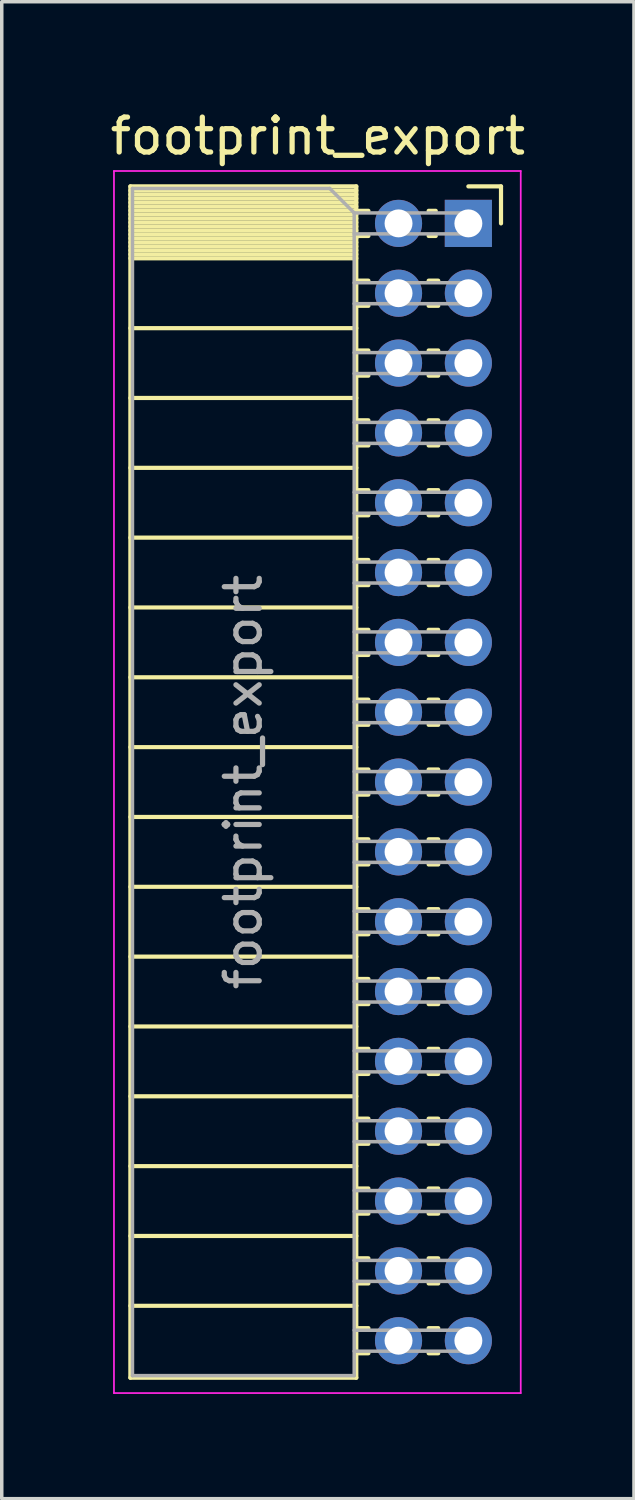
<source format=kicad_pcb>
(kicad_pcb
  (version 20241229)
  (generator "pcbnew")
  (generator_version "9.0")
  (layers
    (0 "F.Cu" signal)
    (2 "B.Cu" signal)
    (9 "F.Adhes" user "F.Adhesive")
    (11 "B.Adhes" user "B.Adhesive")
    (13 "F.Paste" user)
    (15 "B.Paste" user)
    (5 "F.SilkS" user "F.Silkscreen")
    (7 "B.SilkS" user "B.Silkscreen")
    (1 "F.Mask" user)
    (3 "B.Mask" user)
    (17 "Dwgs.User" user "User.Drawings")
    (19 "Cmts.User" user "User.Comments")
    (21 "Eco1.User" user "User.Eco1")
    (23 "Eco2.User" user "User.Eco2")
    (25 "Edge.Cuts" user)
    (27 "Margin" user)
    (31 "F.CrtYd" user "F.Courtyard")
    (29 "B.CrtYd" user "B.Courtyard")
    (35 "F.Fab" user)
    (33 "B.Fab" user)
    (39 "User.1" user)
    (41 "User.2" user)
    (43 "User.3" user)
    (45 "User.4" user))
  (footprint "footprint_export"
    (layer "F.Cu")
    (at 10.364 3.348)
    (property "Reference" "footprint_export" (at -4.31 -2.5 0) (layer "F.SilkS") (effects (font (size 1 1) (thickness 0.15))))
    (attr through_hole)
    (fp_line (start -9.68 -1.06) (end -9.68 33.06) (stroke (width 0.12) (type solid)) (layer "F.SilkS"))
    (fp_line (start -9.68 -1.06) (end -3.21 -1.06) (stroke (width 0.12) (type solid)) (layer "F.SilkS"))
    (fp_line (start -9.68 -0.94) (end -3.21 -0.94) (stroke (width 0.12) (type solid)) (layer "F.SilkS"))
    (fp_line (start -9.68 -0.826) (end -3.21 -0.826) (stroke (width 0.12) (type solid)) (layer "F.SilkS"))
    (fp_line (start -9.68 -0.712) (end -3.21 -0.712) (stroke (width 0.12) (type solid)) (layer "F.SilkS"))
    (fp_line (start -9.68 -0.598) (end -3.21 -0.598) (stroke (width 0.12) (type solid)) (layer "F.SilkS"))
    (fp_line (start -9.68 -0.484) (end -3.21 -0.484) (stroke (width 0.12) (type solid)) (layer "F.SilkS"))
    (fp_line (start -9.68 -0.369) (end -3.21 -0.369) (stroke (width 0.12) (type solid)) (layer "F.SilkS"))
    (fp_line (start -9.68 -0.255) (end -3.21 -0.255) (stroke (width 0.12) (type solid)) (layer "F.SilkS"))
    (fp_line (start -9.68 -0.141) (end -3.21 -0.141) (stroke (width 0.12) (type solid)) (layer "F.SilkS"))
    (fp_line (start -9.68 -0.027) (end -3.21 -0.027) (stroke (width 0.12) (type solid)) (layer "F.SilkS"))
    (fp_line (start -9.68 0.087) (end -3.21 0.087) (stroke (width 0.12) (type solid)) (layer "F.SilkS"))
    (fp_line (start -9.68 0.201) (end -3.21 0.201) (stroke (width 0.12) (type solid)) (layer "F.SilkS"))
    (fp_line (start -9.68 0.315) (end -3.21 0.315) (stroke (width 0.12) (type solid)) (layer "F.SilkS"))
    (fp_line (start -9.68 0.429) (end -3.21 0.429) (stroke (width 0.12) (type solid)) (layer "F.SilkS"))
    (fp_line (start -9.68 0.544) (end -3.21 0.544) (stroke (width 0.12) (type solid)) (layer "F.SilkS"))
    (fp_line (start -9.68 0.658) (end -3.21 0.658) (stroke (width 0.12) (type solid)) (layer "F.SilkS"))
    (fp_line (start -9.68 0.772) (end -3.21 0.772) (stroke (width 0.12) (type solid)) (layer "F.SilkS"))
    (fp_line (start -9.68 0.886) (end -3.21 0.886) (stroke (width 0.12) (type solid)) (layer "F.SilkS"))
    (fp_line (start -9.68 1) (end -3.21 1) (stroke (width 0.12) (type solid)) (layer "F.SilkS"))
    (fp_line (start -9.68 3) (end -3.21 3) (stroke (width 0.12) (type solid)) (layer "F.SilkS"))
    (fp_line (start -9.68 5) (end -3.21 5) (stroke (width 0.12) (type solid)) (layer "F.SilkS"))
    (fp_line (start -9.68 7) (end -3.21 7) (stroke (width 0.12) (type solid)) (layer "F.SilkS"))
    (fp_line (start -9.68 9) (end -3.21 9) (stroke (width 0.12) (type solid)) (layer "F.SilkS"))
    (fp_line (start -9.68 11) (end -3.21 11) (stroke (width 0.12) (type solid)) (layer "F.SilkS"))
    (fp_line (start -9.68 13) (end -3.21 13) (stroke (width 0.12) (type solid)) (layer "F.SilkS"))
    (fp_line (start -9.68 15) (end -3.21 15) (stroke (width 0.12) (type solid)) (layer "F.SilkS"))
    (fp_line (start -9.68 17) (end -3.21 17) (stroke (width 0.12) (type solid)) (layer "F.SilkS"))
    (fp_line (start -9.68 19) (end -3.21 19) (stroke (width 0.12) (type solid)) (layer "F.SilkS"))
    (fp_line (start -9.68 21) (end -3.21 21) (stroke (width 0.12) (type solid)) (layer "F.SilkS"))
    (fp_line (start -9.68 23) (end -3.21 23) (stroke (width 0.12) (type solid)) (layer "F.SilkS"))
    (fp_line (start -9.68 25) (end -3.21 25) (stroke (width 0.12) (type solid)) (layer "F.SilkS"))
    (fp_line (start -9.68 27) (end -3.21 27) (stroke (width 0.12) (type solid)) (layer "F.SilkS"))
    (fp_line (start -9.68 29) (end -3.21 29) (stroke (width 0.12) (type solid)) (layer "F.SilkS"))
    (fp_line (start -9.68 31) (end -3.21 31) (stroke (width 0.12) (type solid)) (layer "F.SilkS"))
    (fp_line (start -9.68 33.06) (end -3.21 33.06) (stroke (width 0.12) (type solid)) (layer "F.SilkS"))
    (fp_line (start -3.21 -1.06) (end -3.21 33.06) (stroke (width 0.12) (type solid)) (layer "F.SilkS"))
    (fp_line (start -3.21 -0.36) (end -2.863 -0.36) (stroke (width 0.12) (type solid)) (layer "F.SilkS"))
    (fp_line (start -3.21 0.36) (end -2.863 0.36) (stroke (width 0.12) (type solid)) (layer "F.SilkS"))
    (fp_line (start -3.21 1.64) (end -2.863 1.64) (stroke (width 0.12) (type solid)) (layer "F.SilkS"))
    (fp_line (start -3.21 2.36) (end -2.863 2.36) (stroke (width 0.12) (type solid)) (layer "F.SilkS"))
    (fp_line (start -3.21 3.64) (end -2.863 3.64) (stroke (width 0.12) (type solid)) (layer "F.SilkS"))
    (fp_line (start -3.21 4.36) (end -2.863 4.36) (stroke (width 0.12) (type solid)) (layer "F.SilkS"))
    (fp_line (start -3.21 5.64) (end -2.863 5.64) (stroke (width 0.12) (type solid)) (layer "F.SilkS"))
    (fp_line (start -3.21 6.36) (end -2.863 6.36) (stroke (width 0.12) (type solid)) (layer "F.SilkS"))
    (fp_line (start -3.21 7.64) (end -2.863 7.64) (stroke (width 0.12) (type solid)) (layer "F.SilkS"))
    (fp_line (start -3.21 8.36) (end -2.863 8.36) (stroke (width 0.12) (type solid)) (layer "F.SilkS"))
    (fp_line (start -3.21 9.64) (end -2.863 9.64) (stroke (width 0.12) (type solid)) (layer "F.SilkS"))
    (fp_line (start -3.21 10.36) (end -2.863 10.36) (stroke (width 0.12) (type solid)) (layer "F.SilkS"))
    (fp_line (start -3.21 11.64) (end -2.863 11.64) (stroke (width 0.12) (type solid)) (layer "F.SilkS"))
    (fp_line (start -3.21 12.36) (end -2.863 12.36) (stroke (width 0.12) (type solid)) (layer "F.SilkS"))
    (fp_line (start -3.21 13.64) (end -2.863 13.64) (stroke (width 0.12) (type solid)) (layer "F.SilkS"))
    (fp_line (start -3.21 14.36) (end -2.863 14.36) (stroke (width 0.12) (type solid)) (layer "F.SilkS"))
    (fp_line (start -3.21 15.64) (end -2.863 15.64) (stroke (width 0.12) (type solid)) (layer "F.SilkS"))
    (fp_line (start -3.21 16.36) (end -2.863 16.36) (stroke (width 0.12) (type solid)) (layer "F.SilkS"))
    (fp_line (start -3.21 17.64) (end -2.863 17.64) (stroke (width 0.12) (type solid)) (layer "F.SilkS"))
    (fp_line (start -3.21 18.36) (end -2.863 18.36) (stroke (width 0.12) (type solid)) (layer "F.SilkS"))
    (fp_line (start -3.21 19.64) (end -2.863 19.64) (stroke (width 0.12) (type solid)) (layer "F.SilkS"))
    (fp_line (start -3.21 20.36) (end -2.863 20.36) (stroke (width 0.12) (type solid)) (layer "F.SilkS"))
    (fp_line (start -3.21 21.64) (end -2.863 21.64) (stroke (width 0.12) (type solid)) (layer "F.SilkS"))
    (fp_line (start -3.21 22.36) (end -2.863 22.36) (stroke (width 0.12) (type solid)) (layer "F.SilkS"))
    (fp_line (start -3.21 23.64) (end -2.863 23.64) (stroke (width 0.12) (type solid)) (layer "F.SilkS"))
    (fp_line (start -3.21 24.36) (end -2.863 24.36) (stroke (width 0.12) (type solid)) (layer "F.SilkS"))
    (fp_line (start -3.21 25.64) (end -2.863 25.64) (stroke (width 0.12) (type solid)) (layer "F.SilkS"))
    (fp_line (start -3.21 26.36) (end -2.863 26.36) (stroke (width 0.12) (type solid)) (layer "F.SilkS"))
    (fp_line (start -3.21 27.64) (end -2.863 27.64) (stroke (width 0.12) (type solid)) (layer "F.SilkS"))
    (fp_line (start -3.21 28.36) (end -2.863 28.36) (stroke (width 0.12) (type solid)) (layer "F.SilkS"))
    (fp_line (start -3.21 29.64) (end -2.863 29.64) (stroke (width 0.12) (type solid)) (layer "F.SilkS"))
    (fp_line (start -3.21 30.36) (end -2.863 30.36) (stroke (width 0.12) (type solid)) (layer "F.SilkS"))
    (fp_line (start -3.21 31.64) (end -2.863 31.64) (stroke (width 0.12) (type solid)) (layer "F.SilkS"))
    (fp_line (start -3.21 32.36) (end -2.863 32.36) (stroke (width 0.12) (type solid)) (layer "F.SilkS"))
    (fp_line (start -1.137 -0.36) (end -0.935 -0.36) (stroke (width 0.12) (type solid)) (layer "F.SilkS"))
    (fp_line (start -1.137 0.36) (end -0.935 0.36) (stroke (width 0.12) (type solid)) (layer "F.SilkS"))
    (fp_line (start -1.137 1.64) (end -0.863 1.64) (stroke (width 0.12) (type solid)) (layer "F.SilkS"))
    (fp_line (start -1.137 2.36) (end -0.863 2.36) (stroke (width 0.12) (type solid)) (layer "F.SilkS"))
    (fp_line (start -1.137 3.64) (end -0.863 3.64) (stroke (width 0.12) (type solid)) (layer "F.SilkS"))
    (fp_line (start -1.137 4.36) (end -0.863 4.36) (stroke (width 0.12) (type solid)) (layer "F.SilkS"))
    (fp_line (start -1.137 5.64) (end -0.863 5.64) (stroke (width 0.12) (type solid)) (layer "F.SilkS"))
    (fp_line (start -1.137 6.36) (end -0.863 6.36) (stroke (width 0.12) (type solid)) (layer "F.SilkS"))
    (fp_line (start -1.137 7.64) (end -0.863 7.64) (stroke (width 0.12) (type solid)) (layer "F.SilkS"))
    (fp_line (start -1.137 8.36) (end -0.863 8.36) (stroke (width 0.12) (type solid)) (layer "F.SilkS"))
    (fp_line (start -1.137 9.64) (end -0.863 9.64) (stroke (width 0.12) (type solid)) (layer "F.SilkS"))
    (fp_line (start -1.137 10.36) (end -0.863 10.36) (stroke (width 0.12) (type solid)) (layer "F.SilkS"))
    (fp_line (start -1.137 11.64) (end -0.863 11.64) (stroke (width 0.12) (type solid)) (layer "F.SilkS"))
    (fp_line (start -1.137 12.36) (end -0.863 12.36) (stroke (width 0.12) (type solid)) (layer "F.SilkS"))
    (fp_line (start -1.137 13.64) (end -0.863 13.64) (stroke (width 0.12) (type solid)) (layer "F.SilkS"))
    (fp_line (start -1.137 14.36) (end -0.863 14.36) (stroke (width 0.12) (type solid)) (layer "F.SilkS"))
    (fp_line (start -1.137 15.64) (end -0.863 15.64) (stroke (width 0.12) (type solid)) (layer "F.SilkS"))
    (fp_line (start -1.137 16.36) (end -0.863 16.36) (stroke (width 0.12) (type solid)) (layer "F.SilkS"))
    (fp_line (start -1.137 17.64) (end -0.863 17.64) (stroke (width 0.12) (type solid)) (layer "F.SilkS"))
    (fp_line (start -1.137 18.36) (end -0.863 18.36) (stroke (width 0.12) (type solid)) (layer "F.SilkS"))
    (fp_line (start -1.137 19.64) (end -0.863 19.64) (stroke (width 0.12) (type solid)) (layer "F.SilkS"))
    (fp_line (start -1.137 20.36) (end -0.863 20.36) (stroke (width 0.12) (type solid)) (layer "F.SilkS"))
    (fp_line (start -1.137 21.64) (end -0.863 21.64) (stroke (width 0.12) (type solid)) (layer "F.SilkS"))
    (fp_line (start -1.137 22.36) (end -0.863 22.36) (stroke (width 0.12) (type solid)) (layer "F.SilkS"))
    (fp_line (start -1.137 23.64) (end -0.863 23.64) (stroke (width 0.12) (type solid)) (layer "F.SilkS"))
    (fp_line (start -1.137 24.36) (end -0.863 24.36) (stroke (width 0.12) (type solid)) (layer "F.SilkS"))
    (fp_line (start -1.137 25.64) (end -0.863 25.64) (stroke (width 0.12) (type solid)) (layer "F.SilkS"))
    (fp_line (start -1.137 26.36) (end -0.863 26.36) (stroke (width 0.12) (type solid)) (layer "F.SilkS"))
    (fp_line (start -1.137 27.64) (end -0.863 27.64) (stroke (width 0.12) (type solid)) (layer "F.SilkS"))
    (fp_line (start -1.137 28.36) (end -0.863 28.36) (stroke (width 0.12) (type solid)) (layer "F.SilkS"))
    (fp_line (start -1.137 29.64) (end -0.863 29.64) (stroke (width 0.12) (type solid)) (layer "F.SilkS"))
    (fp_line (start -1.137 30.36) (end -0.863 30.36) (stroke (width 0.12) (type solid)) (layer "F.SilkS"))
    (fp_line (start -1.137 31.64) (end -0.863 31.64) (stroke (width 0.12) (type solid)) (layer "F.SilkS"))
    (fp_line (start -1.137 32.36) (end -0.863 32.36) (stroke (width 0.12) (type solid)) (layer "F.SilkS"))
    (fp_line (start 0 -1.06) (end 0.935 -1.06) (stroke (width 0.12) (type solid)) (layer "F.SilkS"))
    (fp_line (start 0.935 -1.06) (end 0.935 0) (stroke (width 0.12) (type solid)) (layer "F.SilkS"))
    (fp_line (start -10.15 -1.5) (end -10.15 33.5) (stroke (width 0.05) (type solid)) (layer "F.CrtYd"))
    (fp_line (start -10.15 33.5) (end 1.5 33.5) (stroke (width 0.05) (type solid)) (layer "F.CrtYd"))
    (fp_line (start 1.5 -1.5) (end -10.15 -1.5) (stroke (width 0.05) (type solid)) (layer "F.CrtYd"))
    (fp_line (start 1.5 33.5) (end 1.5 -1.5) (stroke (width 0.05) (type solid)) (layer "F.CrtYd"))
    (fp_line (start -9.62 -1) (end -3.97 -1) (stroke (width 0.1) (type solid)) (layer "F.Fab"))
    (fp_line (start -9.62 33) (end -9.62 -1) (stroke (width 0.1) (type solid)) (layer "F.Fab"))
    (fp_line (start -3.97 -1) (end -3.27 -0.3) (stroke (width 0.1) (type solid)) (layer "F.Fab"))
    (fp_line (start -3.27 -0.3) (end -3.27 33) (stroke (width 0.1) (type solid)) (layer "F.Fab"))
    (fp_line (start -3.27 0.3) (end 0 0.3) (stroke (width 0.1) (type solid)) (layer "F.Fab"))
    (fp_line (start -3.27 2.3) (end 0 2.3) (stroke (width 0.1) (type solid)) (layer "F.Fab"))
    (fp_line (start -3.27 4.3) (end 0 4.3) (stroke (width 0.1) (type solid)) (layer "F.Fab"))
    (fp_line (start -3.27 6.3) (end 0 6.3) (stroke (width 0.1) (type solid)) (layer "F.Fab"))
    (fp_line (start -3.27 8.3) (end 0 8.3) (stroke (width 0.1) (type solid)) (layer "F.Fab"))
    (fp_line (start -3.27 10.3) (end 0 10.3) (stroke (width 0.1) (type solid)) (layer "F.Fab"))
    (fp_line (start -3.27 12.3) (end 0 12.3) (stroke (width 0.1) (type solid)) (layer "F.Fab"))
    (fp_line (start -3.27 14.3) (end 0 14.3) (stroke (width 0.1) (type solid)) (layer "F.Fab"))
    (fp_line (start -3.27 16.3) (end 0 16.3) (stroke (width 0.1) (type solid)) (layer "F.Fab"))
    (fp_line (start -3.27 18.3) (end 0 18.3) (stroke (width 0.1) (type solid)) (layer "F.Fab"))
    (fp_line (start -3.27 20.3) (end 0 20.3) (stroke (width 0.1) (type solid)) (layer "F.Fab"))
    (fp_line (start -3.27 22.3) (end 0 22.3) (stroke (width 0.1) (type solid)) (layer "F.Fab"))
    (fp_line (start -3.27 24.3) (end 0 24.3) (stroke (width 0.1) (type solid)) (layer "F.Fab"))
    (fp_line (start -3.27 26.3) (end 0 26.3) (stroke (width 0.1) (type solid)) (layer "F.Fab"))
    (fp_line (start -3.27 28.3) (end 0 28.3) (stroke (width 0.1) (type solid)) (layer "F.Fab"))
    (fp_line (start -3.27 30.3) (end 0 30.3) (stroke (width 0.1) (type solid)) (layer "F.Fab"))
    (fp_line (start -3.27 32.3) (end 0 32.3) (stroke (width 0.1) (type solid)) (layer "F.Fab"))
    (fp_line (start -3.27 33) (end -9.62 33) (stroke (width 0.1) (type solid)) (layer "F.Fab"))
    (fp_line (start 0 -0.3) (end -3.27 -0.3) (stroke (width 0.1) (type solid)) (layer "F.Fab"))
    (fp_line (start 0 0.3) (end 0 -0.3) (stroke (width 0.1) (type solid)) (layer "F.Fab"))
    (fp_line (start 0 1.7) (end -3.27 1.7) (stroke (width 0.1) (type solid)) (layer "F.Fab"))
    (fp_line (start 0 2.3) (end 0 1.7) (stroke (width 0.1) (type solid)) (layer "F.Fab"))
    (fp_line (start 0 3.7) (end -3.27 3.7) (stroke (width 0.1) (type solid)) (layer "F.Fab"))
    (fp_line (start 0 4.3) (end 0 3.7) (stroke (width 0.1) (type solid)) (layer "F.Fab"))
    (fp_line (start 0 5.7) (end -3.27 5.7) (stroke (width 0.1) (type solid)) (layer "F.Fab"))
    (fp_line (start 0 6.3) (end 0 5.7) (stroke (width 0.1) (type solid)) (layer "F.Fab"))
    (fp_line (start 0 7.7) (end -3.27 7.7) (stroke (width 0.1) (type solid)) (layer "F.Fab"))
    (fp_line (start 0 8.3) (end 0 7.7) (stroke (width 0.1) (type solid)) (layer "F.Fab"))
    (fp_line (start 0 9.7) (end -3.27 9.7) (stroke (width 0.1) (type solid)) (layer "F.Fab"))
    (fp_line (start 0 10.3) (end 0 9.7) (stroke (width 0.1) (type solid)) (layer "F.Fab"))
    (fp_line (start 0 11.7) (end -3.27 11.7) (stroke (width 0.1) (type solid)) (layer "F.Fab"))
    (fp_line (start 0 12.3) (end 0 11.7) (stroke (width 0.1) (type solid)) (layer "F.Fab"))
    (fp_line (start 0 13.7) (end -3.27 13.7) (stroke (width 0.1) (type solid)) (layer "F.Fab"))
    (fp_line (start 0 14.3) (end 0 13.7) (stroke (width 0.1) (type solid)) (layer "F.Fab"))
    (fp_line (start 0 15.7) (end -3.27 15.7) (stroke (width 0.1) (type solid)) (layer "F.Fab"))
    (fp_line (start 0 16.3) (end 0 15.7) (stroke (width 0.1) (type solid)) (layer "F.Fab"))
    (fp_line (start 0 17.7) (end -3.27 17.7) (stroke (width 0.1) (type solid)) (layer "F.Fab"))
    (fp_line (start 0 18.3) (end 0 17.7) (stroke (width 0.1) (type solid)) (layer "F.Fab"))
    (fp_line (start 0 19.7) (end -3.27 19.7) (stroke (width 0.1) (type solid)) (layer "F.Fab"))
    (fp_line (start 0 20.3) (end 0 19.7) (stroke (width 0.1) (type solid)) (layer "F.Fab"))
    (fp_line (start 0 21.7) (end -3.27 21.7) (stroke (width 0.1) (type solid)) (layer "F.Fab"))
    (fp_line (start 0 22.3) (end 0 21.7) (stroke (width 0.1) (type solid)) (layer "F.Fab"))
    (fp_line (start 0 23.7) (end -3.27 23.7) (stroke (width 0.1) (type solid)) (layer "F.Fab"))
    (fp_line (start 0 24.3) (end 0 23.7) (stroke (width 0.1) (type solid)) (layer "F.Fab"))
    (fp_line (start 0 25.7) (end -3.27 25.7) (stroke (width 0.1) (type solid)) (layer "F.Fab"))
    (fp_line (start 0 26.3) (end 0 25.7) (stroke (width 0.1) (type solid)) (layer "F.Fab"))
    (fp_line (start 0 27.7) (end -3.27 27.7) (stroke (width 0.1) (type solid)) (layer "F.Fab"))
    (fp_line (start 0 28.3) (end 0 27.7) (stroke (width 0.1) (type solid)) (layer "F.Fab"))
    (fp_line (start 0 29.7) (end -3.27 29.7) (stroke (width 0.1) (type solid)) (layer "F.Fab"))
    (fp_line (start 0 30.3) (end 0 29.7) (stroke (width 0.1) (type solid)) (layer "F.Fab"))
    (fp_line (start 0 31.7) (end -3.27 31.7) (stroke (width 0.1) (type solid)) (layer "F.Fab"))
    (fp_line (start 0 32.3) (end 0 31.7) (stroke (width 0.1) (type solid)) (layer "F.Fab"))
    (fp_text user "${REFERENCE}" (at -6.445 16 90) (layer "F.Fab") (effects (font (size 1 1) (thickness 0.15))))
    (pad "1" thru_hole rect (at 0 0) (size 1.35 1.35) (drill 0.8) (layers "*.Cu" "*.Mask"))
    (pad "2" thru_hole oval (at -2 0) (size 1.35 1.35) (drill 0.8) (layers "*.Cu" "*.Mask"))
    (pad "3" thru_hole oval (at 0 2) (size 1.35 1.35) (drill 0.8) (layers "*.Cu" "*.Mask"))
    (pad "4" thru_hole oval (at -2 2) (size 1.35 1.35) (drill 0.8) (layers "*.Cu" "*.Mask"))
    (pad "5" thru_hole oval (at 0 4) (size 1.35 1.35) (drill 0.8) (layers "*.Cu" "*.Mask"))
    (pad "6" thru_hole oval (at -2 4) (size 1.35 1.35) (drill 0.8) (layers "*.Cu" "*.Mask"))
    (pad "7" thru_hole oval (at 0 6) (size 1.35 1.35) (drill 0.8) (layers "*.Cu" "*.Mask"))
    (pad "8" thru_hole oval (at -2 6) (size 1.35 1.35) (drill 0.8) (layers "*.Cu" "*.Mask"))
    (pad "9" thru_hole oval (at 0 8) (size 1.35 1.35) (drill 0.8) (layers "*.Cu" "*.Mask"))
    (pad "10" thru_hole oval (at -2 8) (size 1.35 1.35) (drill 0.8) (layers "*.Cu" "*.Mask"))
    (pad "11" thru_hole oval (at 0 10) (size 1.35 1.35) (drill 0.8) (layers "*.Cu" "*.Mask"))
    (pad "12" thru_hole oval (at -2 10) (size 1.35 1.35) (drill 0.8) (layers "*.Cu" "*.Mask"))
    (pad "13" thru_hole oval (at 0 12) (size 1.35 1.35) (drill 0.8) (layers "*.Cu" "*.Mask"))
    (pad "14" thru_hole oval (at -2 12) (size 1.35 1.35) (drill 0.8) (layers "*.Cu" "*.Mask"))
    (pad "15" thru_hole oval (at 0 14) (size 1.35 1.35) (drill 0.8) (layers "*.Cu" "*.Mask"))
    (pad "16" thru_hole oval (at -2 14) (size 1.35 1.35) (drill 0.8) (layers "*.Cu" "*.Mask"))
    (pad "17" thru_hole oval (at 0 16) (size 1.35 1.35) (drill 0.8) (layers "*.Cu" "*.Mask"))
    (pad "18" thru_hole oval (at -2 16) (size 1.35 1.35) (drill 0.8) (layers "*.Cu" "*.Mask"))
    (pad "19" thru_hole oval (at 0 18) (size 1.35 1.35) (drill 0.8) (layers "*.Cu" "*.Mask"))
    (pad "20" thru_hole oval (at -2 18) (size 1.35 1.35) (drill 0.8) (layers "*.Cu" "*.Mask"))
    (pad "21" thru_hole oval (at 0 20) (size 1.35 1.35) (drill 0.8) (layers "*.Cu" "*.Mask"))
    (pad "22" thru_hole oval (at -2 20) (size 1.35 1.35) (drill 0.8) (layers "*.Cu" "*.Mask"))
    (pad "23" thru_hole oval (at 0 22) (size 1.35 1.35) (drill 0.8) (layers "*.Cu" "*.Mask"))
    (pad "24" thru_hole oval (at -2 22) (size 1.35 1.35) (drill 0.8) (layers "*.Cu" "*.Mask"))
    (pad "25" thru_hole oval (at 0 24) (size 1.35 1.35) (drill 0.8) (layers "*.Cu" "*.Mask"))
    (pad "26" thru_hole oval (at -2 24) (size 1.35 1.35) (drill 0.8) (layers "*.Cu" "*.Mask"))
    (pad "27" thru_hole oval (at 0 26) (size 1.35 1.35) (drill 0.8) (layers "*.Cu" "*.Mask"))
    (pad "28" thru_hole oval (at -2 26) (size 1.35 1.35) (drill 0.8) (layers "*.Cu" "*.Mask"))
    (pad "29" thru_hole oval (at 0 28) (size 1.35 1.35) (drill 0.8) (layers "*.Cu" "*.Mask"))
    (pad "30" thru_hole oval (at -2 28) (size 1.35 1.35) (drill 0.8) (layers "*.Cu" "*.Mask"))
    (pad "31" thru_hole oval (at 0 30) (size 1.35 1.35) (drill 0.8) (layers "*.Cu" "*.Mask"))
    (pad "32" thru_hole oval (at -2 30) (size 1.35 1.35) (drill 0.8) (layers "*.Cu" "*.Mask"))
    (pad "33" thru_hole oval (at 0 32) (size 1.35 1.35) (drill 0.8) (layers "*.Cu" "*.Mask"))
    (pad "34" thru_hole oval (at -2 32) (size 1.35 1.35) (drill 0.8) (layers "*.Cu" "*.Mask")))
  (gr_rect
    (start -3 -3)
    (end 15.107 39.873)
    (stroke (width 0.1) (type default))
    (fill no)
    (layer "Edge.Cuts")))
</source>
